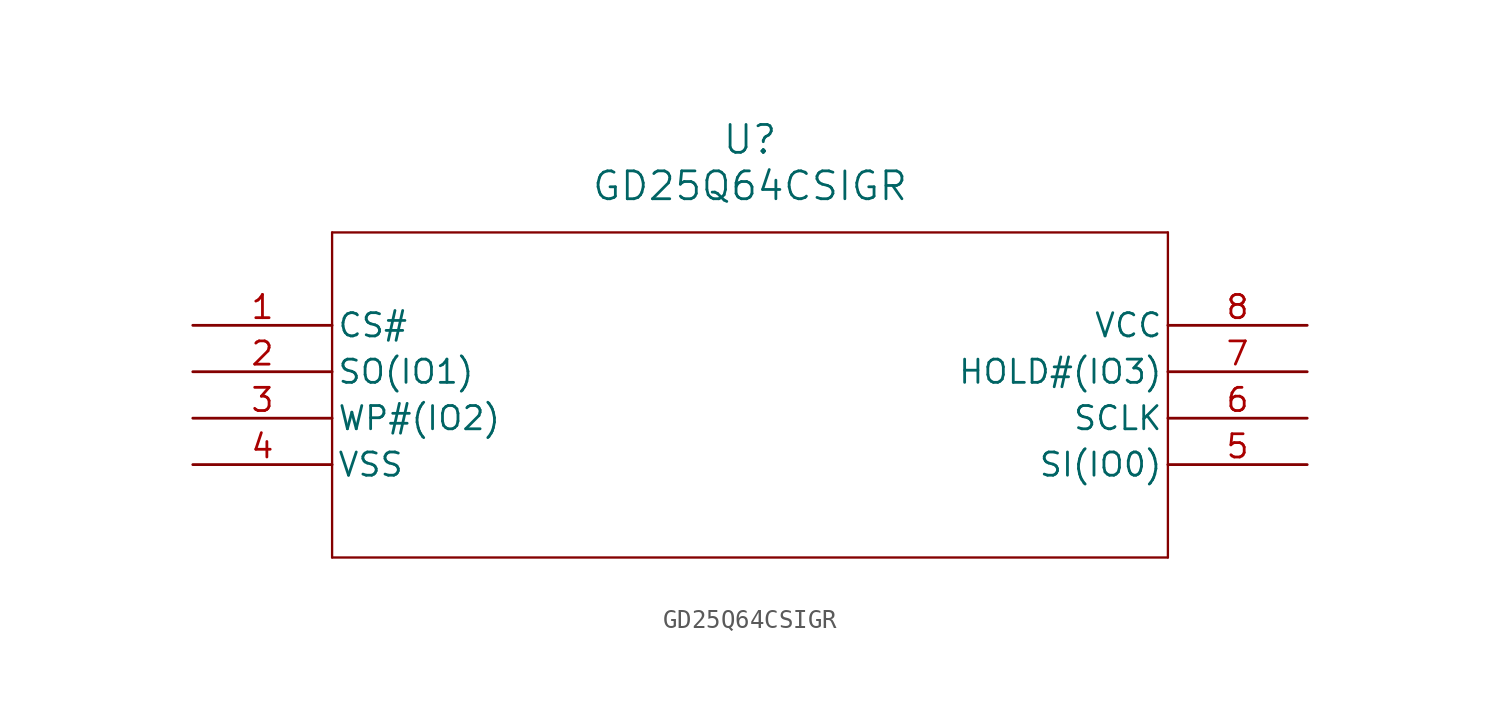
<source format=kicad_sym>
(kicad_symbol_lib
  (version 20211014)
  (generator kicad_symbol_editor)
  (symbol "GD25Q64CSIGR"
    (pin_names
      (offset 0.254))
    (property "Reference" "U"
      (at 30.48 10.16 0)
      (effects (font (size 1.524 1.524))))
    (property "Value" "GD25Q64CSIGR"
      (at 30.48 7.62 0)
      (effects (font (size 1.524 1.524))))
    (symbol "GD25Q64CSIGR_0_1"
      (polyline (pts (xy 7.62 5.08) (xy 7.62 -12.7)) (stroke (width 0.127) (type default) (color 0 0 0 0)) (fill (type none)))
      (polyline (pts (xy 7.62 -12.7) (xy 53.34 -12.7)) (stroke (width 0.127) (type default) (color 0 0 0 0)) (fill (type none)))
      (polyline (pts (xy 53.34 -12.7) (xy 53.34 5.08)) (stroke (width 0.127) (type default) (color 0 0 0 0)) (fill (type none)))
      (polyline (pts (xy 53.34 5.08) (xy 7.62 5.08)) (stroke (width 0.127) (type default) (color 0 0 0 0)) (fill (type none)))
      (pin input line (at 0 0 0) (length 7.62) (name "CS#" (effects (font (size 1.27 1.27)))) (number "1" (effects (font (size 1.27 1.27)))))
      (pin bidirectional line (at 0 -2.54 0) (length 7.62) (name "SO(IO1)" (effects (font (size 1.27 1.27)))) (number "2" (effects (font (size 1.27 1.27)))))
      (pin bidirectional line (at 0 -5.08 0) (length 7.62) (name "WP#(IO2)" (effects (font (size 1.27 1.27)))) (number "3" (effects (font (size 1.27 1.27)))))
      (pin power_out line (at 0 -7.62 0) (length 7.62) (name "VSS" (effects (font (size 1.27 1.27)))) (number "4" (effects (font (size 1.27 1.27)))))
      (pin bidirectional line (at 60.96 -7.62 180) (length 7.62) (name "SI(IO0)" (effects (font (size 1.27 1.27)))) (number "5" (effects (font (size 1.27 1.27)))))
      (pin input line (at 60.96 -5.08 180) (length 7.62) (name "SCLK" (effects (font (size 1.27 1.27)))) (number "6" (effects (font (size 1.27 1.27)))))
      (pin bidirectional line (at 60.96 -2.54 180) (length 7.62) (name "HOLD#(IO3)" (effects (font (size 1.27 1.27)))) (number "7" (effects (font (size 1.27 1.27)))))
      (pin power_in line (at 60.96 0 180) (length 7.62) (name "VCC" (effects (font (size 1.27 1.27)))) (number "8" (effects (font (size 1.27 1.27))))))))
</source>
